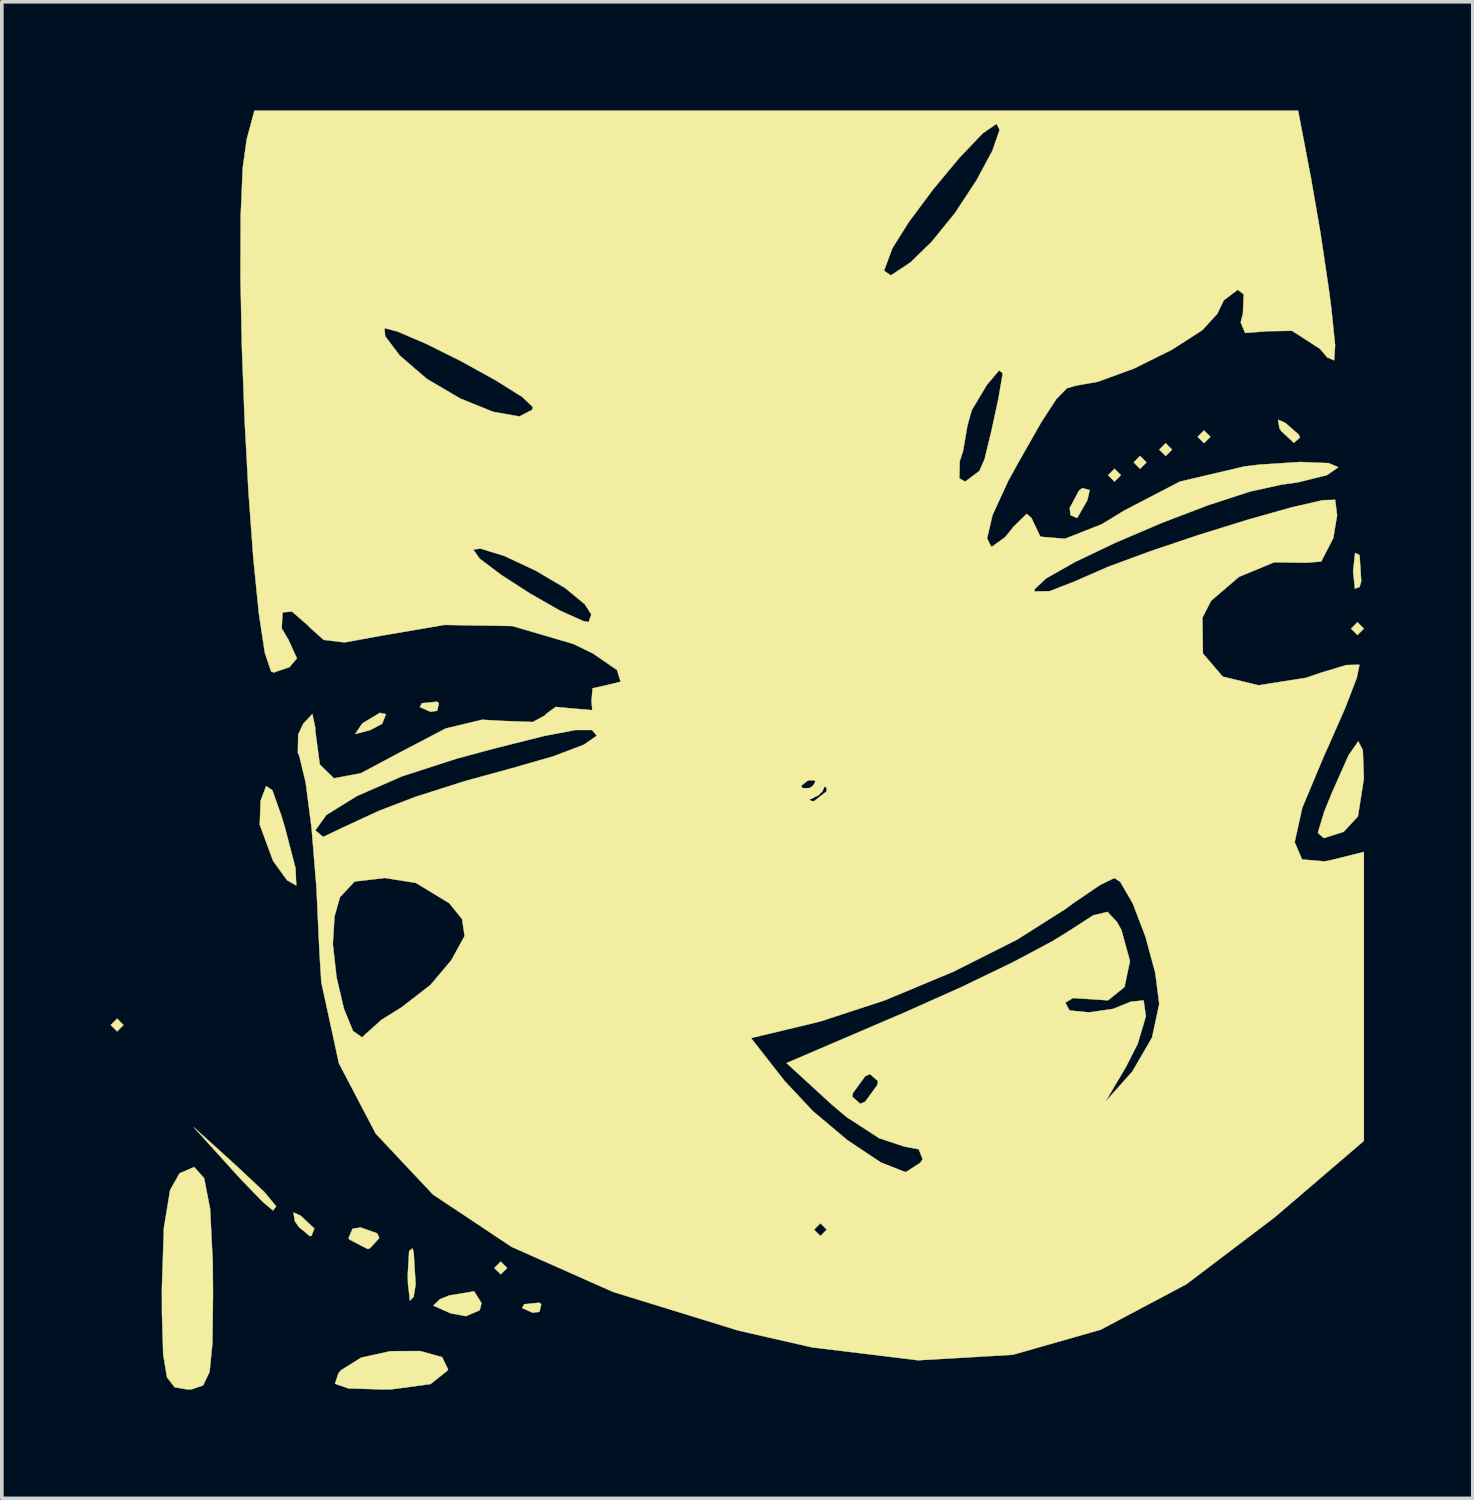
<source format=kicad_pcb>
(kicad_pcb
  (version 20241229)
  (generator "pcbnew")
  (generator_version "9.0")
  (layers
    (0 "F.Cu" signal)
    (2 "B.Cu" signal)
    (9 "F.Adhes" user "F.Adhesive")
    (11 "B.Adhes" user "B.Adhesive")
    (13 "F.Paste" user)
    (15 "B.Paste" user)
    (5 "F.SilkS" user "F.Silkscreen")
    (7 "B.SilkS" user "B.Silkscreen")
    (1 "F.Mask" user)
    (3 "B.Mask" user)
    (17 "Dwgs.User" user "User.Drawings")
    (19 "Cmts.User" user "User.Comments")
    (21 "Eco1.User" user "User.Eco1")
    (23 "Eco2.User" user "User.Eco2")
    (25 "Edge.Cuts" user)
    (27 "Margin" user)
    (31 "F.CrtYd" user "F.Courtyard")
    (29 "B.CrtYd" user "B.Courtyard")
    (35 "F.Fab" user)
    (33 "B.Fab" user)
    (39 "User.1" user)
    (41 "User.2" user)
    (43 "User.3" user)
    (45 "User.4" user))
  (footprint "smug"
    (layer "F.Cu")
    (at 16.938 17.644)
    (property "Reference" "smug" (at 0 0 0) (layer "F.SilkS") (effects (font (size 1.524 1.524) (thickness 0.3))))
    (attr through_hole)
    (fp_poly (pts (xy -16.581 7.585) (xy -16.757 7.761) (xy -16.933 7.585) (xy -16.757 7.408) (xy -16.581 7.585)) (stroke (width 0.01) (type solid)) (fill yes) (layer "F.SilkS"))
    (fp_poly (pts (xy -5.997 14.287) (xy -6.174 14.464) (xy -6.35 14.287) (xy -6.174 14.111) (xy -5.997 14.287)) (stroke (width 0.01) (type solid)) (fill yes) (layer "F.SilkS"))
    (fp_poly (pts (xy 10.936 -7.585) (xy 10.76 -7.408) (xy 10.583 -7.585) (xy 10.76 -7.761) (xy 10.936 -7.585)) (stroke (width 0.01) (type solid)) (fill yes) (layer "F.SilkS"))
    (fp_poly (pts (xy 11.642 -7.938) (xy 11.465 -7.761) (xy 11.289 -7.938) (xy 11.465 -8.114) (xy 11.642 -7.938)) (stroke (width 0.01) (type solid)) (fill yes) (layer "F.SilkS"))
    (fp_poly (pts (xy 12.347 -8.29) (xy 12.171 -8.114) (xy 11.994 -8.29) (xy 12.171 -8.467) (xy 12.347 -8.29)) (stroke (width 0.01) (type solid)) (fill yes) (layer "F.SilkS"))
    (fp_poly (pts (xy 13.406 -8.643) (xy 13.229 -8.467) (xy 13.053 -8.643) (xy 13.229 -8.819) (xy 13.406 -8.643)) (stroke (width 0.01) (type solid)) (fill yes) (layer "F.SilkS"))
    (fp_poly (pts (xy 17.639 -3.351) (xy 17.462 -3.175) (xy 17.286 -3.351) (xy 17.462 -3.528) (xy 17.639 -3.351)) (stroke (width 0.01) (type solid)) (fill yes) (layer "F.SilkS"))
    (fp_poly (pts (xy -7.879 -1.294) (xy -7.927 -1.084) (xy -8.114 -1.058) (xy -8.404 -1.187) (xy -8.349 -1.294) (xy -7.93 -1.336) (xy -7.879 -1.294)) (stroke (width 0.01) (type solid)) (fill yes) (layer "F.SilkS"))
    (fp_poly (pts (xy -5.056 15.287) (xy -5.105 15.497) (xy -5.292 15.522) (xy -5.582 15.393) (xy -5.527 15.287) (xy -5.108 15.245) (xy -5.056 15.287)) (stroke (width 0.01) (type solid)) (fill yes) (layer "F.SilkS"))
    (fp_poly (pts (xy 17.52 -5.38) (xy 17.566 -4.658) (xy 17.52 -4.498) (xy 17.391 -4.454) (xy 17.342 -4.939) (xy 17.397 -5.44) (xy 17.52 -5.38)) (stroke (width 0.01) (type solid)) (fill yes) (layer "F.SilkS"))
    (fp_poly (pts (xy -11.696 12.843) (xy -11.317 13.198) (xy -11.395 13.402) (xy -11.444 13.406) (xy -11.743 13.155) (xy -11.852 12.998) (xy -11.893 12.757) (xy -11.696 12.843)) (stroke (width 0.01) (type solid)) (fill yes) (layer "F.SilkS"))
    (fp_poly (pts (xy -9.339 -0.99) (xy -9.445 -0.728) (xy -9.774 -0.552) (xy -10.187 -0.444) (xy -10.017 -0.703) (xy -9.972 -0.749) (xy -9.509 -1.028) (xy -9.339 -0.99)) (stroke (width 0.01) (type solid)) (fill yes) (layer "F.SilkS"))
    (fp_poly (pts (xy 10.074 -7.173) (xy 10.012 -6.897) (xy 9.728 -6.401) (xy 9.544 -6.484) (xy 9.525 -6.682) (xy 9.781 -7.16) (xy 9.874 -7.229) (xy 10.074 -7.173)) (stroke (width 0.01) (type solid)) (fill yes) (layer "F.SilkS"))
    (fp_poly (pts (xy 15.468 -9.03) (xy 15.843 -8.702) (xy 15.875 -8.622) (xy 15.708 -8.477) (xy 15.359 -8.802) (xy 15.312 -8.874) (xy 15.271 -9.115) (xy 15.468 -9.03)) (stroke (width 0.01) (type solid)) (fill yes) (layer "F.SilkS"))
    (fp_poly (pts (xy -9.579 13.334) (xy -9.525 13.464) (xy -9.792 13.753) (xy -9.857 13.758) (xy -10.342 13.506) (xy -10.371 13.464) (xy -10.263 13.207) (xy -10.039 13.17) (xy -9.579 13.334)) (stroke (width 0.01) (type solid)) (fill yes) (layer "F.SilkS"))
    (fp_poly (pts (xy -8.576 13.847) (xy -8.521 14.741) (xy -8.576 15.081) (xy -8.679 15.191) (xy -8.734 14.703) (xy -8.738 14.464) (xy -8.701 13.822) (xy -8.609 13.746) (xy -8.576 13.847)) (stroke (width 0.01) (type solid)) (fill yes) (layer "F.SilkS"))
    (fp_poly (pts (xy -6.703 15.257) (xy -6.754 15.453) (xy -7.134 15.617) (xy -7.559 15.537) (xy -8.033 15.325) (xy -7.85 15.148) (xy -7.597 15.046) (xy -6.908 14.932) (xy -6.703 15.257)) (stroke (width 0.01) (type solid)) (fill yes) (layer "F.SilkS"))
    (fp_poly (pts (xy -13.494 11.443) (xy -12.692 12.195) (xy -12.369 12.586) (xy -12.454 12.7) (xy -12.458 12.7) (xy -12.738 12.464) (xy -13.315 11.869) (xy -13.604 11.553) (xy -14.64 10.407) (xy -13.494 11.443)) (stroke (width 0.01) (type solid)) (fill yes) (layer "F.SilkS"))
    (fp_poly (pts (xy -12.475 1.107) (xy -12.224 1.814) (xy -12.129 2.129) (xy -11.836 3.254) (xy -11.814 3.736) (xy -12.069 3.589) (xy -12.455 3.055) (xy -12.822 2.06) (xy -12.798 1.395) (xy -12.645 0.991) (xy -12.475 1.107)) (stroke (width 0.01) (type solid)) (fill yes) (layer "F.SilkS"))
    (fp_poly (pts (xy 17.61 0.001) (xy 17.639 0.785) (xy 17.475 1.829) (xy 17.081 2.255) (xy 16.534 2.428) (xy 16.369 2.283) (xy 16.548 1.692) (xy 16.763 1.165) (xy 17.219 0.139) (xy 17.485 -0.242) (xy 17.61 0.001)) (stroke (width 0.01) (type solid)) (fill yes) (layer "F.SilkS"))
    (fp_poly (pts (xy -7.789 16.748) (xy -7.626 17.089) (xy -7.634 17.11) (xy -8.11 17.49) (xy -9.192 17.636) (xy -9.43 17.639) (xy -10.379 17.609) (xy -10.746 17.481) (xy -10.654 17.199) (xy -10.583 17.11) (xy -10.022 16.76) (xy -9.217 16.583) (xy -8.396 16.579) (xy -7.789 16.748)) (stroke (width 0.01) (type solid)) (fill yes) (layer "F.SilkS"))
    (fp_poly (pts (xy -14.357 11.809) (xy -14.191 12.66) (xy -14.119 14.119) (xy -14.111 15.022) (xy -14.128 16.366) (xy -14.206 17.151) (xy -14.383 17.526) (xy -14.7 17.635) (xy -14.817 17.639) (xy -15.17 17.579) (xy -15.381 17.305) (xy -15.486 16.672) (xy -15.52 15.539) (xy -15.522 14.86) (xy -15.467 13.186) (xy -15.295 12.138) (xy -15.034 11.676) (xy -14.632 11.502) (xy -14.357 11.809)) (stroke (width 0.01) (type solid)) (fill yes) (layer "F.SilkS"))
    (fp_poly (pts (xy 16.179 -15.787) (xy 16.44 -14.281) (xy 16.676 -12.692) (xy 16.743 -12.171) (xy 16.846 -11.165) (xy 16.818 -10.753) (xy 16.629 -10.833) (xy 16.431 -11.069) (xy 15.657 -11.568) (xy 15.001 -11.557) (xy 14.364 -11.509) (xy 14.24 -11.799) (xy 14.302 -12.042) (xy 14.325 -12.574) (xy 14.159 -12.7) (xy 13.775 -12.41) (xy 13.596 -12.039) (xy 13.184 -11.587) (xy 12.338 -11.043) (xy 11.296 -10.527) (xy 10.297 -10.161) (xy 9.701 -10.057) (xy 9.448 -9.983) (xy 9.155 -9.685) (xy 8.737 -9.043) (xy 8.109 -7.938) (xy 7.825 -7.422) (xy 7.393 -6.482) (xy 7.244 -5.84) (xy 7.365 -5.601) (xy 7.744 -5.875) (xy 7.966 -6.153) (xy 8.336 -6.518) (xy 8.467 -6.406) (xy 8.714 -5.887) (xy 9.392 -5.831) (xy 10.409 -6.231) (xy 11.033 -6.612) (xy 12.562 -7.407) (xy 14.352 -7.828) (xy 14.749 -7.875) (xy 15.881 -7.949) (xy 16.671 -7.917) (xy 16.933 -7.802) (xy 16.619 -7.586) (xy 15.823 -7.388) (xy 15.357 -7.322) (xy 14.502 -7.134) (xy 13.353 -6.76) (xy 12.063 -6.268) (xy 10.785 -5.722) (xy 9.67 -5.19) (xy 8.872 -4.737) (xy 8.544 -4.43) (xy 8.559 -4.377) (xy 8.972 -4.385) (xy 9.708 -4.672) (xy 9.757 -4.696) (xy 10.579 -5.055) (xy 11.75 -5.487) (xy 13.098 -5.941) (xy 14.453 -6.361) (xy 15.644 -6.697) (xy 16.501 -6.893) (xy 16.848 -6.905) (xy 16.9 -6.475) (xy 16.796 -5.85) (xy 16.462 -5.202) (xy 16.041 -5.168) (xy 15.167 -5.183) (xy 14.194 -4.78) (xy 13.425 -4.121) (xy 13.185 -3.655) (xy 13.198 -2.665) (xy 13.746 -2.027) (xy 14.731 -1.788) (xy 16.051 -1.996) (xy 16.43 -2.127) (xy 17.155 -2.346) (xy 17.518 -2.356) (xy 17.444 -1.996) (xy 17.128 -1.171) (xy 16.634 -0.049) (xy 16.559 0.112) (xy 15.94 1.589) (xy 15.73 2.54) (xy 15.934 3.017) (xy 16.556 3.071) (xy 16.795 3.02) (xy 17.639 2.809) (xy 17.639 10.782) (xy 15.179 12.888) (xy 12.743 14.735) (xy 10.378 15.99) (xy 7.955 16.681) (xy 5.343 16.834) (xy 2.411 16.477) (xy 0.383 16.014) (xy -3.074 14.948) (xy -5.872 13.706) (xy -6.589 13.229) (xy 2.469 13.229) (xy 2.646 13.406) (xy 2.822 13.229) (xy 2.646 13.053) (xy 2.469 13.229) (xy -6.589 13.229) (xy -8.044 12.26) (xy -9.622 10.581) (xy -10.638 8.641) (xy -10.789 7.945) (xy 0.732 7.945) (xy 1.657 9.127) (xy 2.439 9.962) (xy 3.395 10.765) (xy 4.313 11.377) (xy 4.979 11.639) (xy 5.006 11.64) (xy 5.395 11.39) (xy 5.468 11.289) (xy 5.359 11.012) (xy 4.955 10.936) (xy 4.268 10.707) (xy 3.375 10.128) (xy 2.967 9.785) (xy 2.729 9.567) (xy 3.528 9.567) (xy 3.745 9.758) (xy 3.881 9.701) (xy 4.22 9.234) (xy 4.233 9.131) (xy 4.016 8.939) (xy 3.881 8.996) (xy 3.541 9.463) (xy 3.528 9.567) (xy 2.729 9.567) (xy 1.711 8.634) (xy 4.99 7.229) (xy 6.532 6.54) (xy 7.954 5.854) (xy 9.046 5.273) (xy 9.421 5.043) (xy 10.172 4.559) (xy 10.566 4.463) (xy 10.828 4.743) (xy 10.951 4.966) (xy 11.186 5.82) (xy 11.035 6.537) (xy 10.579 6.904) (xy 10.232 6.88) (xy 9.613 6.84) (xy 9.402 6.969) (xy 9.519 7.182) (xy 10.052 7.237) (xy 10.728 7.138) (xy 11.201 6.944) (xy 11.562 6.905) (xy 11.625 7.343) (xy 11.401 8.1) (xy 11.074 8.744) (xy 10.507 9.701) (xy 11.251 8.869) (xy 11.794 7.932) (xy 11.994 7.005) (xy 11.885 6.15) (xy 11.613 5.145) (xy 11.262 4.228) (xy 10.916 3.632) (xy 10.754 3.528) (xy 10.36 3.722) (xy 9.647 4.206) (xy 9.413 4.379) (xy 8.068 5.231) (xy 6.311 6.114) (xy 4.417 6.905) (xy 2.663 7.479) (xy 2.394 7.547) (xy 0.732 7.945) (xy -10.789 7.945) (xy -11.123 6.41) (xy -11.171 5.644) (xy -11.185 5.352) (xy -10.806 5.352) (xy -10.703 6.267) (xy -10.501 7.131) (xy -10.249 7.75) (xy -9.998 7.927) (xy -9.925 7.856) (xy -9.46 7.438) (xy -8.908 7.096) (xy -8.112 6.479) (xy -7.538 5.799) (xy -7.17 5.129) (xy -7.24 4.662) (xy -7.593 4.224) (xy -8.514 3.664) (xy -9.375 3.528) (xy -10.204 3.625) (xy -10.606 4.052) (xy -10.759 4.585) (xy -10.806 5.352) (xy -11.185 5.352) (xy -11.258 3.787) (xy -11.387 2.214) (xy -11.289 2.214) (xy -11.074 2.394) (xy -11.024 2.373) (xy -10.554 2.148) (xy -9.728 1.765) (xy -9.525 1.673) (xy -8.525 1.289) (xy -7.799 1.058) (xy 2.117 1.058) (xy 2.385 1.401) (xy 2.469 1.411) (xy 2.812 1.143) (xy 2.822 1.058) (xy 2.554 0.716) (xy 2.469 0.706) (xy 2.127 0.974) (xy 2.117 1.058) (xy -7.799 1.058) (xy -7.157 0.854) (xy -5.909 0.512) (xy -4.729 0.174) (xy -3.877 -0.15) (xy -3.529 -0.393) (xy -3.528 -0.402) (xy -3.656 -0.554) (xy -4.108 -0.555) (xy -4.981 -0.389) (xy -6.374 -0.039) (xy -7.408 0.241) (xy -8.901 0.725) (xy -10.142 1.267) (xy -10.987 1.791) (xy -11.289 2.214) (xy -11.387 2.214) (xy -11.392 2.151) (xy -11.556 0.887) (xy -11.735 0.148) (xy -11.771 0.077) (xy -11.761 -0.431) (xy -11.624 -0.722) (xy -11.371 -0.996) (xy -11.291 -0.624) (xy -11.289 -0.529) (xy -11.166 0.396) (xy -10.776 0.778) (xy -10.033 0.639) (xy -8.958 0.066) (xy -7.691 -0.597) (xy -6.687 -0.837) (xy -6.085 -0.804) (xy -5.285 -0.775) (xy -4.94 -0.965) (xy -4.939 -0.985) (xy -4.656 -1.191) (xy -4.178 -1.146) (xy -3.648 -1.102) (xy -3.67 -1.356) (xy -3.639 -1.706) (xy -3.372 -1.764) (xy -2.865 -1.886) (xy -2.964 -2.208) (xy -3.624 -2.663) (xy -4.175 -2.931) (xy -5.854 -3.423) (xy -7.727 -3.454) (xy -9.478 -3.155) (xy -10.483 -2.971) (xy -11.06 -3.041) (xy -11.454 -3.396) (xy -11.478 -3.428) (xy -11.933 -3.822) (xy -12.192 -3.8) (xy -12.216 -3.359) (xy -12.028 -3.039) (xy -11.797 -2.531) (xy -12.001 -2.289) (xy -12.436 -2.141) (xy -12.509 -2.17) (xy -12.682 -2.686) (xy -12.847 -3.774) (xy -13 -5.298) (xy -13.017 -5.533) (xy -6.932 -5.533) (xy -6.758 -5.285) (xy -6.165 -4.836) (xy -5.356 -4.314) (xy -4.536 -3.847) (xy -3.908 -3.564) (xy -3.749 -3.531) (xy -3.674 -3.741) (xy -3.854 -4.024) (xy -4.396 -4.472) (xy -5.216 -4.955) (xy -6.073 -5.356) (xy -6.73 -5.559) (xy -6.932 -5.533) (xy -13.017 -5.533) (xy -13.133 -7.123) (xy -13.153 -7.495) (xy 6.479 -7.495) (xy 6.641 -7.408) (xy 7.031 -7.699) (xy 7.175 -8.026) (xy 7.368 -8.824) (xy 7.557 -9.701) (xy 7.677 -10.396) (xy 7.578 -10.477) (xy 7.237 -10.075) (xy 6.82 -9.376) (xy 6.703 -8.957) (xy 6.582 -8.253) (xy 6.489 -7.966) (xy 6.479 -7.495) (xy -13.153 -7.495) (xy -13.24 -9.115) (xy -13.316 -11.14) (xy -13.326 -11.642) (xy -9.381 -11.642) (xy -9.363 -11.421) (xy -8.964 -10.89) (xy -8.962 -10.888) (xy -8.217 -10.245) (xy -7.298 -9.703) (xy -6.386 -9.333) (xy -5.66 -9.205) (xy -5.303 -9.388) (xy -5.292 -9.468) (xy -5.579 -9.742) (xy -6.302 -10.196) (xy -7.255 -10.723) (xy -8.232 -11.21) (xy -9.026 -11.55) (xy -9.381 -11.642) (xy -13.326 -11.642) (xy -13.354 -13.061) (xy -13.353 -13.224) (xy 4.4 -13.224) (xy 4.59 -13.097) (xy 5.13 -13.454) (xy 5.715 -14.023) (xy 6.354 -14.81) (xy 6.944 -15.706) (xy 7.389 -16.531) (xy 7.59 -17.112) (xy 7.506 -17.28) (xy 7.124 -17.016) (xy 6.491 -16.354) (xy 5.759 -15.475) (xy 5.079 -14.561) (xy 4.631 -13.847) (xy 4.4 -13.224) (xy -13.353 -13.224) (xy -13.348 -14.745) (xy -13.292 -16.056) (xy -13.183 -16.845) (xy -12.97 -17.639) (xy 15.825 -17.639) (xy 16.179 -15.787)) (stroke (width 0.01) (type solid)) (fill yes) (layer "F.SilkS")))
  (gr_rect
    (start -3 -3)
    (end 37.582 38.288)
    (stroke (width 0.1) (type default))
    (fill no)
    (layer "Edge.Cuts")))
</source>
